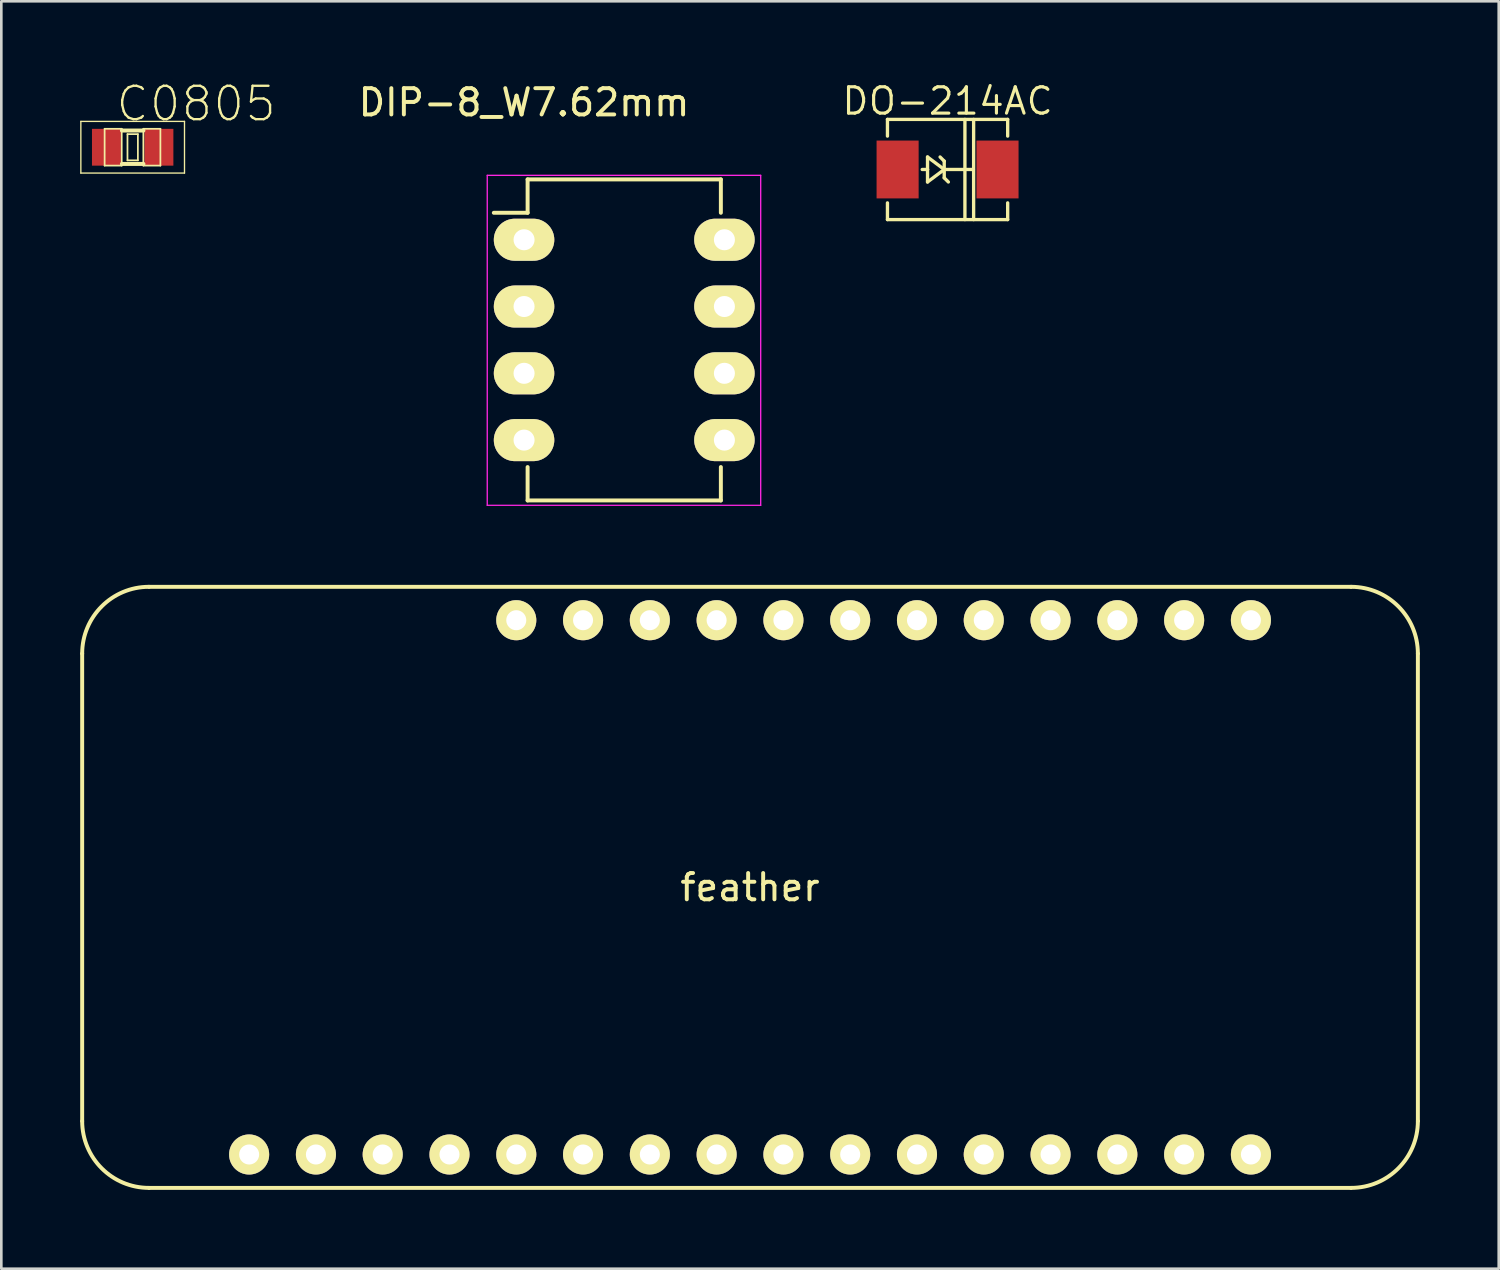
<source format=kicad_pcb>
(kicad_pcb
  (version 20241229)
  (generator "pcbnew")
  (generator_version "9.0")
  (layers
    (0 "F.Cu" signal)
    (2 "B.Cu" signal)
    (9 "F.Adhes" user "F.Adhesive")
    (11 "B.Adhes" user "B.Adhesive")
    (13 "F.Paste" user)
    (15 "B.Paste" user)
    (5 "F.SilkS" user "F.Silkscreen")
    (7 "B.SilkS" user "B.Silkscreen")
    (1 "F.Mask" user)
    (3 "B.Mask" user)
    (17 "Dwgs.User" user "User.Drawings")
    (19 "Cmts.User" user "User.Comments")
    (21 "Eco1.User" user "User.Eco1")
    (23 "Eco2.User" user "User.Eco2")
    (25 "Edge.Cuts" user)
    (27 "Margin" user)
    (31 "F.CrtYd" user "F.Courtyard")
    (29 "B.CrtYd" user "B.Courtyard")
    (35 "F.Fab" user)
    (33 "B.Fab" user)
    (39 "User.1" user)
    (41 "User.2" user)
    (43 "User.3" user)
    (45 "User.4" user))
  (footprint "C0805"
    (layer "F.Cu")
    (at 1.996 2.55)
    (property "Reference" "C0805" (at 2.413 -1.651 0) (layer "F.SilkS") (effects (font (size 1.27 1.27) (thickness 0.089))))
    (attr smd)
    (fp_line (start -1.971 -0.983) (end 1.971 -0.983) (stroke (width 0.051) (type solid)) (layer "F.SilkS"))
    (fp_line (start -1.971 0.983) (end -1.971 -0.983) (stroke (width 0.051) (type solid)) (layer "F.SilkS"))
    (fp_line (start -1.067 -0.701) (end -0.417 -0.701) (stroke (width 0.066) (type solid)) (layer "F.SilkS"))
    (fp_line (start -1.067 0.699) (end -1.067 -0.701) (stroke (width 0.066) (type solid)) (layer "F.SilkS"))
    (fp_line (start -1.067 0.699) (end -0.417 0.699) (stroke (width 0.066) (type solid)) (layer "F.SilkS"))
    (fp_line (start -0.417 0.699) (end -0.417 -0.701) (stroke (width 0.066) (type solid)) (layer "F.SilkS"))
    (fp_line (start -0.409 -0.635) (end 0.409 -0.635) (stroke (width 0.152) (type solid)) (layer "F.SilkS"))
    (fp_line (start -0.409 0.635) (end 0.409 0.635) (stroke (width 0.152) (type solid)) (layer "F.SilkS"))
    (fp_line (start -0.198 -0.498) (end 0.198 -0.498) (stroke (width 0.066) (type solid)) (layer "F.SilkS"))
    (fp_line (start -0.198 0.498) (end -0.198 -0.498) (stroke (width 0.066) (type solid)) (layer "F.SilkS"))
    (fp_line (start -0.198 0.498) (end 0.198 0.498) (stroke (width 0.066) (type solid)) (layer "F.SilkS"))
    (fp_line (start 0.198 0.498) (end 0.198 -0.498) (stroke (width 0.066) (type solid)) (layer "F.SilkS"))
    (fp_line (start 0.406 -0.701) (end 1.054 -0.701) (stroke (width 0.066) (type solid)) (layer "F.SilkS"))
    (fp_line (start 0.406 0.699) (end 0.406 -0.701) (stroke (width 0.066) (type solid)) (layer "F.SilkS"))
    (fp_line (start 0.406 0.699) (end 1.054 0.699) (stroke (width 0.066) (type solid)) (layer "F.SilkS"))
    (fp_line (start 1.054 0.699) (end 1.054 -0.701) (stroke (width 0.066) (type solid)) (layer "F.SilkS"))
    (fp_line (start 1.971 -0.983) (end 1.971 0.983) (stroke (width 0.051) (type solid)) (layer "F.SilkS"))
    (fp_line (start 1.971 0.983) (end -1.971 0.983) (stroke (width 0.051) (type solid)) (layer "F.SilkS"))
    (pad "1" smd rect (at -0.998 0) (size 1.1 1.4) (layers "F.Cu" "F.Mask" "F.Paste"))
    (pad "2" smd rect (at 0.998 0) (size 1.1 1.4) (layers "F.Cu" "F.Mask" "F.Paste")))
  (footprint "feather"
    (layer "F.Cu")
    (at 25.475 30.698)
    (property "Reference" "feather" (at 0 0 0) (layer "F.SilkS") (effects (font (size 1 1) (thickness 0.15))))
    (attr through_hole)
    (fp_line (start -25.4 -8.89) (end -25.4 8.89) (stroke (width 0.15) (type solid)) (layer "F.SilkS"))
    (fp_line (start -22.86 11.43) (end 22.86 11.43) (stroke (width 0.15) (type solid)) (layer "F.SilkS"))
    (fp_line (start 22.86 -11.43) (end -22.86 -11.43) (stroke (width 0.15) (type solid)) (layer "F.SilkS"))
    (fp_line (start 25.4 -8.89) (end 25.4 8.89) (stroke (width 0.15) (type solid)) (layer "F.SilkS"))
    (fp_arc (start -25.4 -8.89) (mid -24.656051 -10.686051) (end -22.86 -11.43) (stroke (width 0.15) (type solid)) (layer "F.SilkS"))
    (fp_arc (start -22.86 11.43) (mid -24.656051 10.686051) (end -25.4 8.89) (stroke (width 0.15) (type solid)) (layer "F.SilkS"))
    (fp_arc (start 22.86 -11.43) (mid 24.656051 -10.686051) (end 25.4 -8.89) (stroke (width 0.15) (type solid)) (layer "F.SilkS"))
    (fp_arc (start 25.4 8.89) (mid 24.656051 10.686051) (end 22.86 11.43) (stroke (width 0.15) (type solid)) (layer "F.SilkS"))
    (pad "1" thru_hole circle (at 19.05 -10.16) (size 1.524 1.524) (drill 0.762) (layers "*.Cu" "*.Mask" "F.SilkS"))
    (pad "2" thru_hole circle (at 16.51 -10.16) (size 1.524 1.524) (drill 0.762) (layers "*.Cu" "*.Mask" "F.SilkS"))
    (pad "3" thru_hole circle (at 13.97 -10.16) (size 1.524 1.524) (drill 0.762) (layers "*.Cu" "*.Mask" "F.SilkS"))
    (pad "4" thru_hole circle (at 11.43 -10.16) (size 1.524 1.524) (drill 0.762) (layers "*.Cu" "*.Mask" "F.SilkS"))
    (pad "5" thru_hole circle (at 8.89 -10.16) (size 1.524 1.524) (drill 0.762) (layers "*.Cu" "*.Mask" "F.SilkS"))
    (pad "6" thru_hole circle (at 6.35 -10.16) (size 1.524 1.524) (drill 0.762) (layers "*.Cu" "*.Mask" "F.SilkS"))
    (pad "7" thru_hole circle (at 3.81 -10.16) (size 1.524 1.524) (drill 0.762) (layers "*.Cu" "*.Mask" "F.SilkS"))
    (pad "8" thru_hole circle (at 1.27 -10.16) (size 1.524 1.524) (drill 0.762) (layers "*.Cu" "*.Mask" "F.SilkS"))
    (pad "9" thru_hole circle (at -1.27 -10.16) (size 1.524 1.524) (drill 0.762) (layers "*.Cu" "*.Mask" "F.SilkS"))
    (pad "10" thru_hole circle (at -3.81 -10.16) (size 1.524 1.524) (drill 0.762) (layers "*.Cu" "*.Mask" "F.SilkS"))
    (pad "11" thru_hole circle (at -6.35 -10.16) (size 1.524 1.524) (drill 0.762) (layers "*.Cu" "*.Mask" "F.SilkS"))
    (pad "12" thru_hole circle (at -8.89 -10.16) (size 1.524 1.524) (drill 0.762) (layers "*.Cu" "*.Mask" "F.SilkS"))
    (pad "13" thru_hole circle (at -19.05 10.16) (size 1.524 1.524) (drill 0.762) (layers "*.Cu" "*.Mask" "F.SilkS"))
    (pad "14" thru_hole circle (at -16.51 10.16) (size 1.524 1.524) (drill 0.762) (layers "*.Cu" "*.Mask" "F.SilkS"))
    (pad "15" thru_hole circle (at -13.97 10.16) (size 1.524 1.524) (drill 0.762) (layers "*.Cu" "*.Mask" "F.SilkS"))
    (pad "16" thru_hole circle (at -11.43 10.16) (size 1.524 1.524) (drill 0.762) (layers "*.Cu" "*.Mask" "F.SilkS"))
    (pad "17" thru_hole circle (at -8.89 10.16) (size 1.524 1.524) (drill 0.762) (layers "*.Cu" "*.Mask" "F.SilkS"))
    (pad "18" thru_hole circle (at -6.35 10.16) (size 1.524 1.524) (drill 0.762) (layers "*.Cu" "*.Mask" "F.SilkS"))
    (pad "19" thru_hole circle (at -3.81 10.16) (size 1.524 1.524) (drill 0.762) (layers "*.Cu" "*.Mask" "F.SilkS"))
    (pad "20" thru_hole circle (at -1.27 10.16) (size 1.524 1.524) (drill 0.762) (layers "*.Cu" "*.Mask" "F.SilkS"))
    (pad "21" thru_hole circle (at 1.27 10.16) (size 1.524 1.524) (drill 0.762) (layers "*.Cu" "*.Mask" "F.SilkS"))
    (pad "22" thru_hole circle (at 3.81 10.16) (size 1.524 1.524) (drill 0.762) (layers "*.Cu" "*.Mask" "F.SilkS"))
    (pad "23" thru_hole circle (at 6.35 10.16) (size 1.524 1.524) (drill 0.762) (layers "*.Cu" "*.Mask" "F.SilkS"))
    (pad "24" thru_hole circle (at 8.89 10.16) (size 1.524 1.524) (drill 0.762) (layers "*.Cu" "*.Mask" "F.SilkS"))
    (pad "25" thru_hole circle (at 11.43 10.16) (size 1.524 1.524) (drill 0.762) (layers "*.Cu" "*.Mask" "F.SilkS"))
    (pad "26" thru_hole circle (at 13.97 10.16) (size 1.524 1.524) (drill 0.762) (layers "*.Cu" "*.Mask" "F.SilkS"))
    (pad "27" thru_hole circle (at 16.51 10.16) (size 1.524 1.524) (drill 0.762) (layers "*.Cu" "*.Mask" "F.SilkS"))
    (pad "28" thru_hole circle (at 19.05 10.16) (size 1.524 1.524) (drill 0.762) (layers "*.Cu" "*.Mask" "F.SilkS")))
  (footprint "DO-214AC"
    (layer "F.Cu")
    (at 32.988 3.396)
    (property "Reference" "DO-214AC" (at 0 -2.601 0) (layer "F.SilkS") (effects (font (size 1.001 1.001) (thickness 0.119))))
    (attr smd)
    (fp_line (start -2.286 -1.905) (end 2.286 -1.905) (stroke (width 0.127) (type solid)) (layer "F.SilkS"))
    (fp_line (start -2.286 -1.27) (end -2.286 -1.905) (stroke (width 0.127) (type solid)) (layer "F.SilkS"))
    (fp_line (start -2.286 1.27) (end -2.286 1.905) (stroke (width 0.127) (type solid)) (layer "F.SilkS"))
    (fp_line (start -2.286 1.905) (end 2.286 1.905) (stroke (width 0.127) (type solid)) (layer "F.SilkS"))
    (fp_line (start -0.762 -0.475) (end -0.762 0) (stroke (width 0.127) (type solid)) (layer "F.SilkS"))
    (fp_line (start -0.762 0) (end -0.965 0) (stroke (width 0.127) (type solid)) (layer "F.SilkS"))
    (fp_line (start -0.762 0) (end -0.762 0.475) (stroke (width 0.127) (type solid)) (layer "F.SilkS"))
    (fp_line (start -0.762 0.475) (end -0.127 0) (stroke (width 0.127) (type solid)) (layer "F.SilkS"))
    (fp_line (start -0.127 -0.318) (end -0.284 -0.475) (stroke (width 0.127) (type solid)) (layer "F.SilkS"))
    (fp_line (start -0.127 0) (end -0.762 -0.475) (stroke (width 0.127) (type solid)) (layer "F.SilkS"))
    (fp_line (start -0.127 0) (end -0.127 -0.318) (stroke (width 0.127) (type solid)) (layer "F.SilkS"))
    (fp_line (start -0.127 0) (end -0.127 0.318) (stroke (width 0.127) (type solid)) (layer "F.SilkS"))
    (fp_line (start -0.127 0) (end 0.983 0) (stroke (width 0.127) (type solid)) (layer "F.SilkS"))
    (fp_line (start -0.127 0.318) (end 0.03 0.475) (stroke (width 0.127) (type solid)) (layer "F.SilkS"))
    (fp_line (start 0.66 1.905) (end 0.66 -1.905) (stroke (width 0.127) (type solid)) (layer "F.SilkS"))
    (fp_line (start 0.991 1.905) (end 0.991 -1.905) (stroke (width 0.127) (type solid)) (layer "F.SilkS"))
    (fp_line (start 2.286 -1.905) (end 2.286 -1.27) (stroke (width 0.127) (type solid)) (layer "F.SilkS"))
    (fp_line (start 2.286 1.905) (end 2.286 1.27) (stroke (width 0.127) (type solid)) (layer "F.SilkS"))
    (pad "1" smd rect (at -1.9 0) (size 1.6 2.2) (layers "F.Cu" "F.Mask" "F.Paste"))
    (pad "2" smd rect (at 1.9 0) (size 1.6 2.2) (layers "F.Cu" "F.Mask" "F.Paste")))
  (footprint "DIP-8_W7.62mm"
    (layer "F.Cu")
    (at 16.881 6.068)
    (property "Reference" "DIP-8_W7.62mm" (at 0 -5.22 0) (layer "F.SilkS") (effects (font (size 1 1) (thickness 0.15))))
    (attr through_hole)
    (fp_line (start 0.135 -2.295) (end 0.135 -1.025) (stroke (width 0.15) (type solid)) (layer "F.SilkS"))
    (fp_line (start 0.135 -2.295) (end 7.485 -2.295) (stroke (width 0.15) (type solid)) (layer "F.SilkS"))
    (fp_line (start 0.135 -1.025) (end -1.15 -1.025) (stroke (width 0.15) (type solid)) (layer "F.SilkS"))
    (fp_line (start 0.135 9.915) (end 0.135 8.645) (stroke (width 0.15) (type solid)) (layer "F.SilkS"))
    (fp_line (start 0.135 9.915) (end 7.485 9.915) (stroke (width 0.15) (type solid)) (layer "F.SilkS"))
    (fp_line (start 7.485 -2.295) (end 7.485 -1.025) (stroke (width 0.15) (type solid)) (layer "F.SilkS"))
    (fp_line (start 7.485 9.915) (end 7.485 8.645) (stroke (width 0.15) (type solid)) (layer "F.SilkS"))
    (fp_line (start -1.4 -2.45) (end -1.4 10.1) (stroke (width 0.05) (type solid)) (layer "F.CrtYd"))
    (fp_line (start -1.4 -2.45) (end 9 -2.45) (stroke (width 0.05) (type solid)) (layer "F.CrtYd"))
    (fp_line (start -1.4 10.1) (end 9 10.1) (stroke (width 0.05) (type solid)) (layer "F.CrtYd"))
    (fp_line (start 9 -2.45) (end 9 10.1) (stroke (width 0.05) (type solid)) (layer "F.CrtYd"))
    (pad "1" thru_hole oval (at 0 0) (size 2.3 1.6) (drill 0.8) (layers "*.Cu" "*.Mask" "F.SilkS"))
    (pad "2" thru_hole oval (at 0 2.54) (size 2.3 1.6) (drill 0.8) (layers "*.Cu" "*.Mask" "F.SilkS"))
    (pad "3" thru_hole oval (at 0 5.08) (size 2.3 1.6) (drill 0.8) (layers "*.Cu" "*.Mask" "F.SilkS"))
    (pad "4" thru_hole oval (at 0 7.62) (size 2.3 1.6) (drill 0.8) (layers "*.Cu" "*.Mask" "F.SilkS"))
    (pad "5" thru_hole oval (at 7.62 7.62) (size 2.3 1.6) (drill 0.8) (layers "*.Cu" "*.Mask" "F.SilkS"))
    (pad "6" thru_hole oval (at 7.62 5.08) (size 2.3 1.6) (drill 0.8) (layers "*.Cu" "*.Mask" "F.SilkS"))
    (pad "7" thru_hole oval (at 7.62 2.54) (size 2.3 1.6) (drill 0.8) (layers "*.Cu" "*.Mask" "F.SilkS"))
    (pad "8" thru_hole oval (at 7.62 0) (size 2.3 1.6) (drill 0.8) (layers "*.Cu" "*.Mask" "F.SilkS")))
  (gr_rect
    (start -3 -3)
    (end 53.95 45.203)
    (stroke (width 0.1) (type default))
    (fill no)
    (layer "Edge.Cuts")))
</source>
